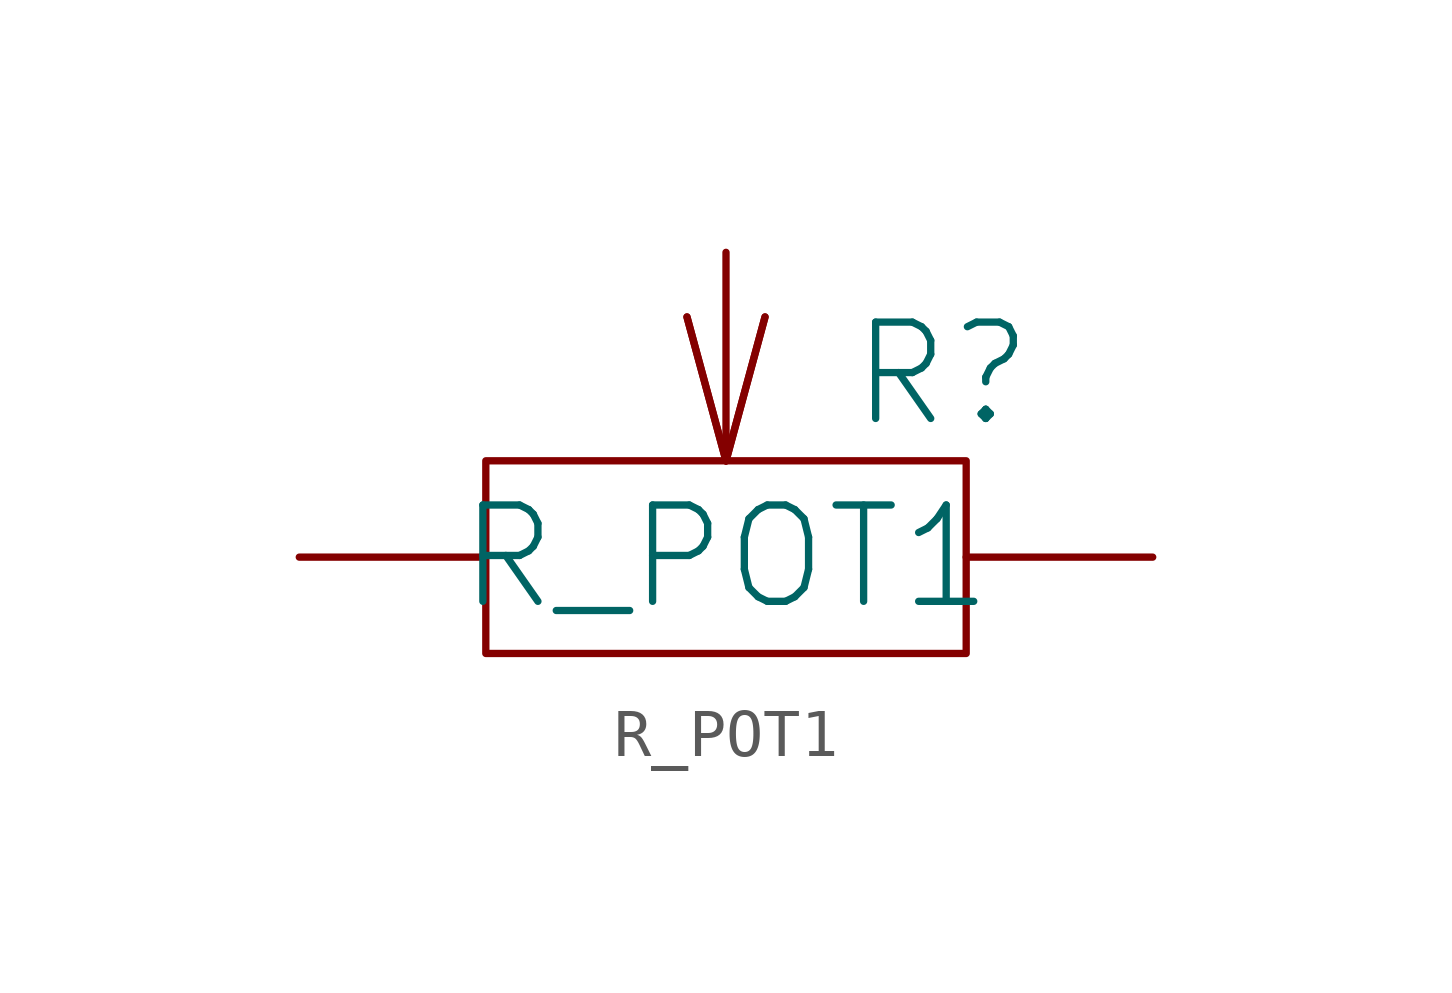
<source format=kicad_sym>
(kicad_symbol_lib
  (version 20231120)
  (generator "kicad_symbol_editor")
  (generator_version "8.0")
  (symbol "R_POT1"
    (pin_numbers hide)
    (pin_names
      (offset 0) hide)
    (property "Reference" "R"
      (at 2.54 3.81 0)
      (effects (font (size 2.007 2.007)) (justify left)))
    (property "Value" "R_POT1"
      (at 0 0 0)
      (effects (font (size 2.007 2.007))))
    (symbol "R_POT1_0_1"
      (rectangle (start -5.004 2.007) (end 5.004 -2.007) (stroke (width 0) (type solid)) (fill (type none))))
    (symbol "R_POT1_1_1"
      (polyline (pts (xy 0 2.007) (xy -0.813 5.004)) (stroke (width 0) (type solid)) (fill (type none)))
      (polyline (pts (xy 0 2.007) (xy -0.813 5.004)) (stroke (width 0) (type solid)) (fill (type none)))
      (polyline (pts (xy 0 2.007) (xy 0.813 5.004)) (stroke (width 0) (type solid)) (fill (type none)))
      (polyline (pts (xy 0 2.007) (xy 0.813 5.004)) (stroke (width 0) (type solid)) (fill (type none)))
      (pin passive line (at -8.89 0 0) (length 3.886) (name "~" (effects (font (size 2.007 2.007)))) (number "1" (effects (font (size 2.007 2.007)))))
      (pin passive line (at 0 6.35 270) (length 4.343) (name "~" (effects (font (size 2.007 2.007)))) (number "2" (effects (font (size 2.007 2.007)))))
      (pin passive line (at 8.89 0 180) (length 3.886) (name "~" (effects (font (size 2.007 2.007)))) (number "3" (effects (font (size 2.007 2.007))))))))
</source>
